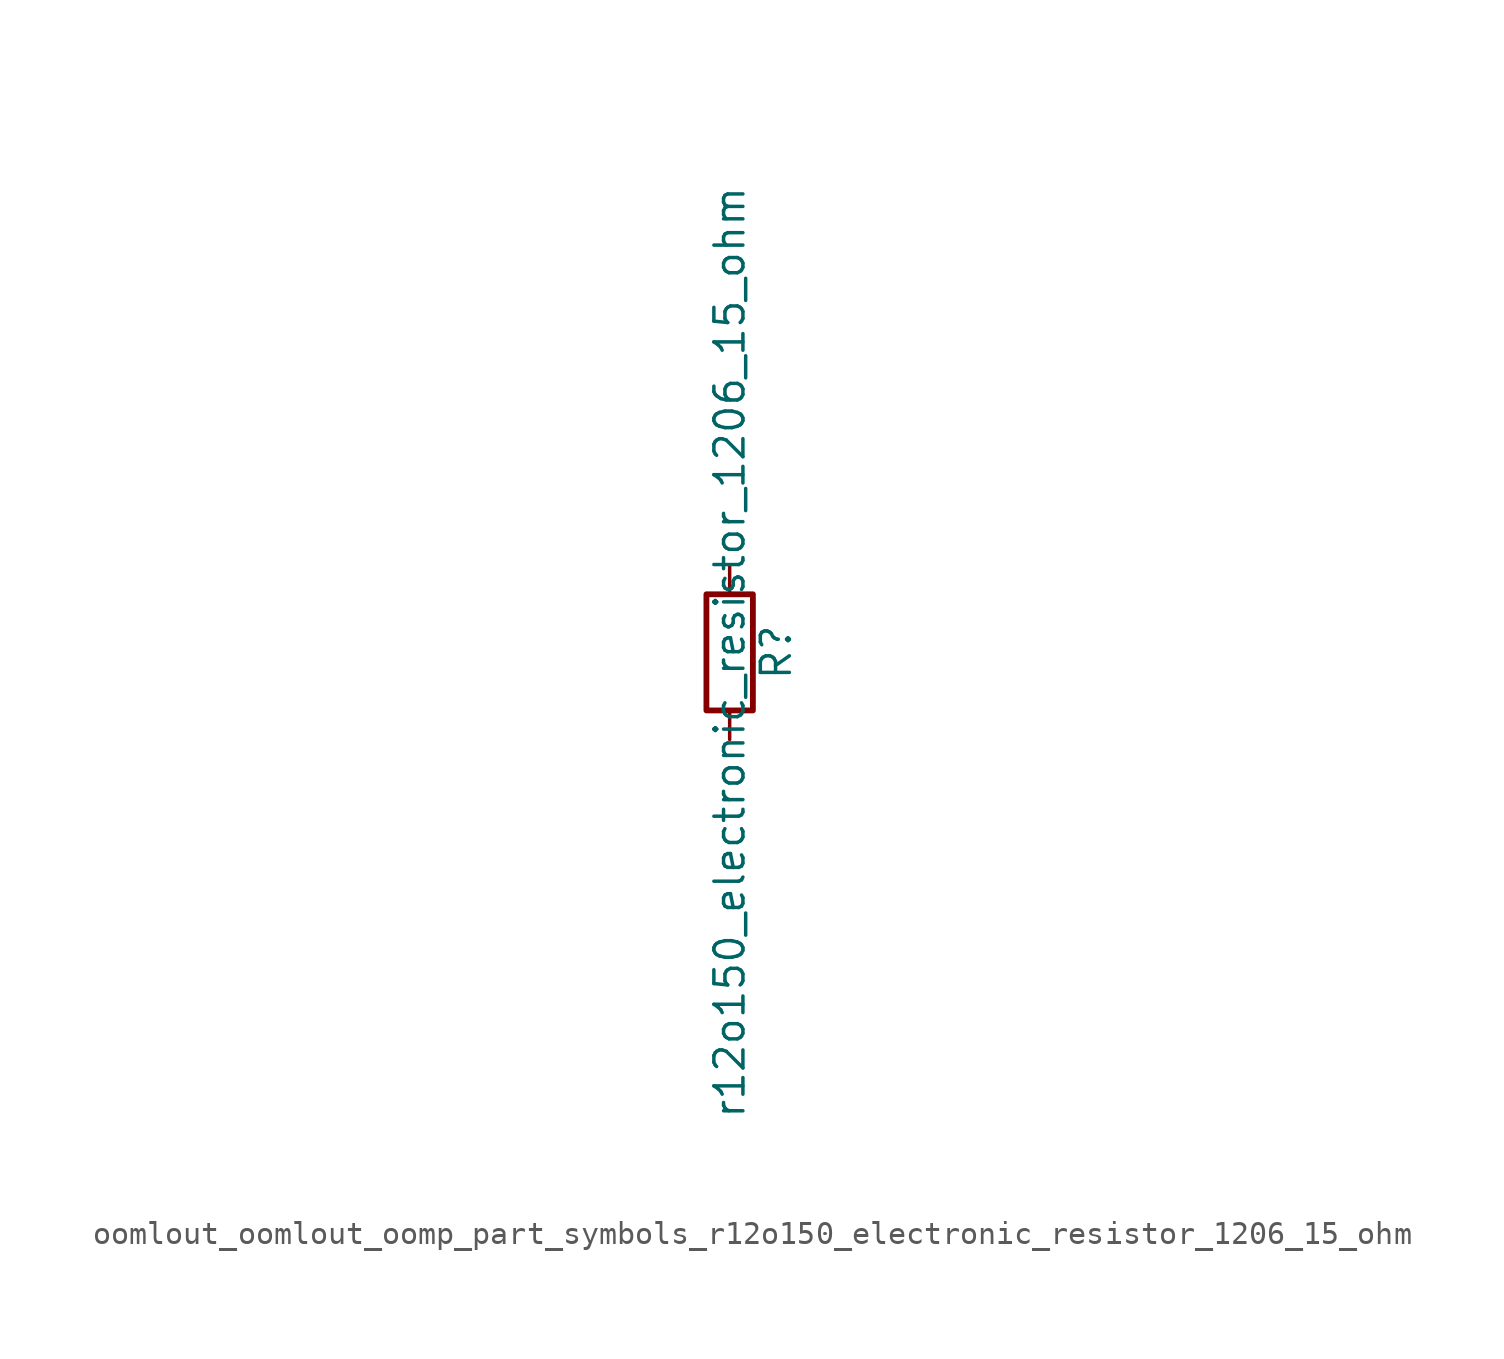
<source format=kicad_sym>
(kicad_symbol_lib
  (version 20220914)
  (generator kicad_symbol_editor)
  (symbol "oomlout_oomlout_oomp_part_symbols_r12o150_electronic_resistor_1206_15_ohm"
    (pin_numbers hide)
    (pin_names
      (offset 0))
    (property "Reference" "R"
      (at 2.032 0 90)
      (effects (font (size 1.27 1.27))))
    (property "Value" "r12o150_electronic_resistor_1206_15_ohm"
      (at 0 0 90)
      (effects (font (size 1.27 1.27))))
    (symbol "oomlout_oomlout_oomp_part_symbols_r12o150_electronic_resistor_1206_15_ohm_0_1"
      (rectangle (start -1.016 -2.54) (end 1.016 2.54) (stroke (width 0.254) (type default)) (fill (type none))))
    (symbol "oomlout_oomlout_oomp_part_symbols_r12o150_electronic_resistor_1206_15_ohm_1_1"
      (pin passive line (at 0 3.81 270) (length 1.27) (name "~" (effects (font (size 1.27 1.27)))) (number "1" (effects (font (size 1.27 1.27)))))
      (pin passive line (at 0 -3.81 90) (length 1.27) (name "~" (effects (font (size 1.27 1.27)))) (number "2" (effects (font (size 1.27 1.27))))))))
</source>
